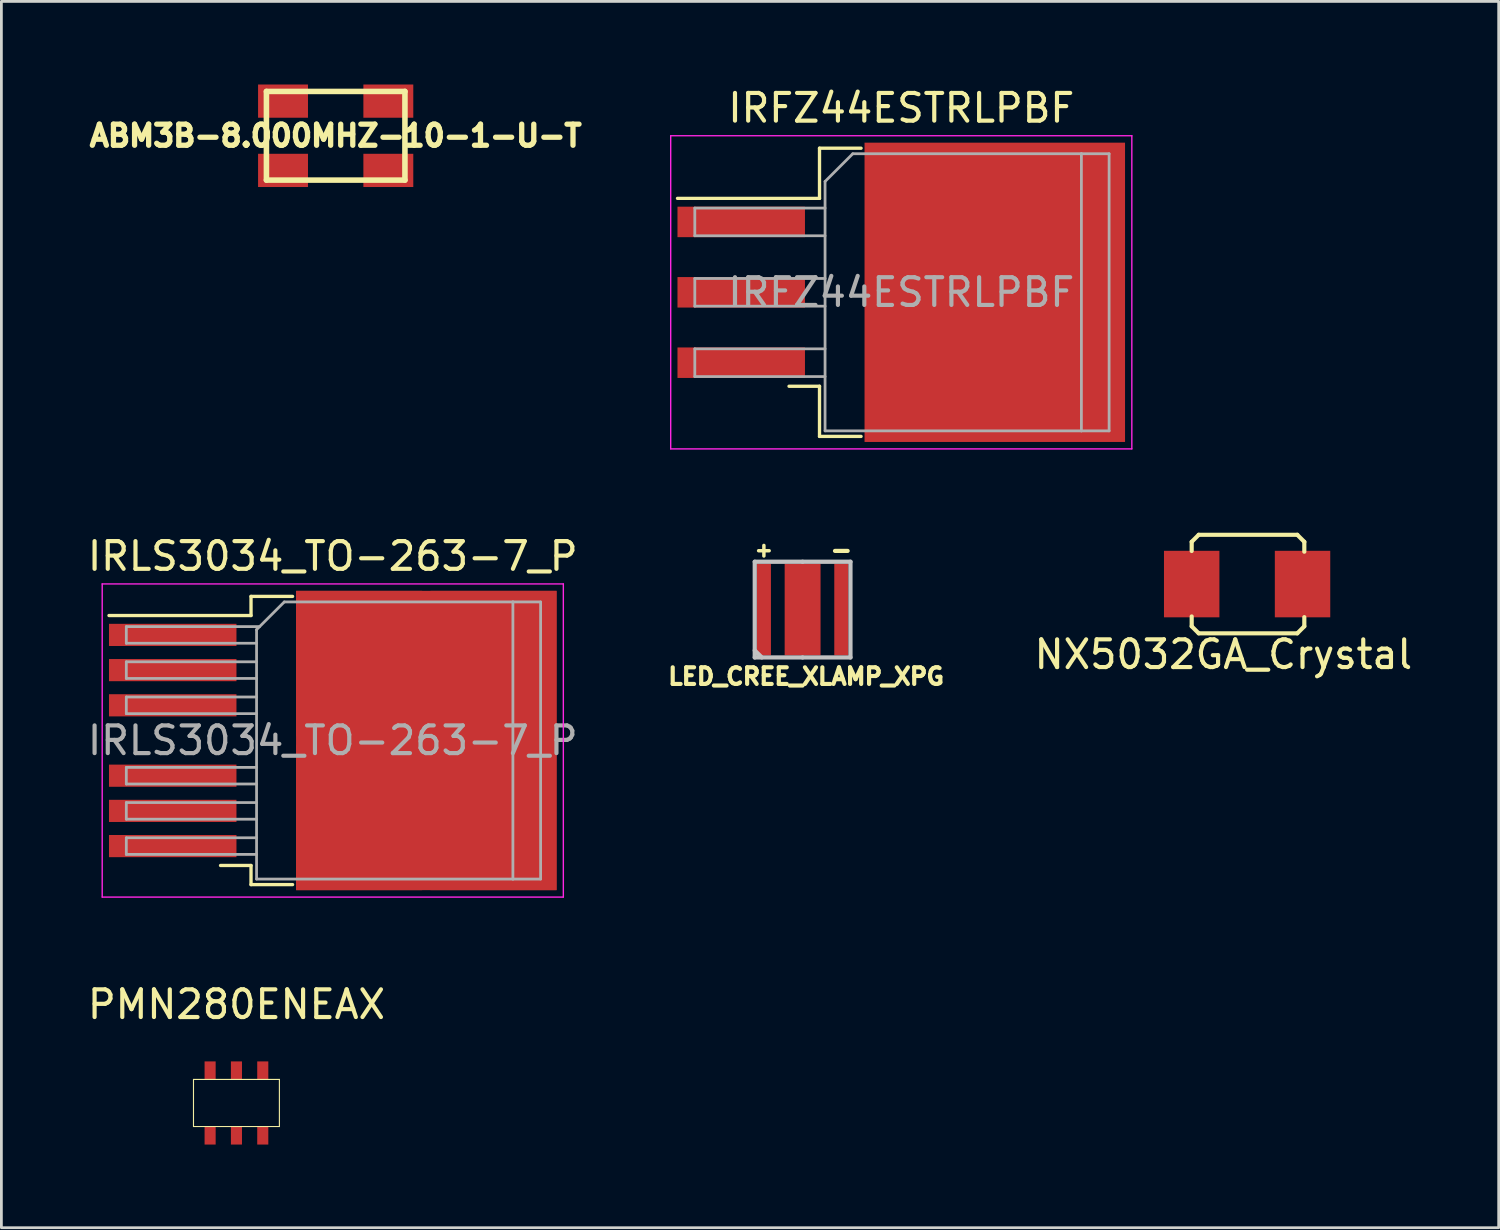
<source format=kicad_pcb>
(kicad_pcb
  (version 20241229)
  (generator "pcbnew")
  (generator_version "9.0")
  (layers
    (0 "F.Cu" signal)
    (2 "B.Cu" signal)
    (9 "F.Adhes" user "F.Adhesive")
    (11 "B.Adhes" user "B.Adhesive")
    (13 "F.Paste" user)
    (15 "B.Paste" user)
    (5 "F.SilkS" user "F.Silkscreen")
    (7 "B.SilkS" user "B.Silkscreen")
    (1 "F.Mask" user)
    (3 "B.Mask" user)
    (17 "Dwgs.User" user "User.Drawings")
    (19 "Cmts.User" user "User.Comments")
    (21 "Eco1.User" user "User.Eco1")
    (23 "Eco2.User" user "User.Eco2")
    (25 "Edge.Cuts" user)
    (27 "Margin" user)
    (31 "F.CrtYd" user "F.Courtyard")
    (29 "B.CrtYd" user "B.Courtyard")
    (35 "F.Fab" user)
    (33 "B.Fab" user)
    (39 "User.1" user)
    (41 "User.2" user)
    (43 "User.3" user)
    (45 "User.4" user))
  (footprint "IRLS3034_TO-263-7_P"
    (layer "F.Cu")
    (at 2.608 19.861)
    (property "Reference" "IRLS3034_TO-263-7_P" (at 6.35 -2.84 0) (layer "F.SilkS") (effects (font (size 1 1) (thickness 0.15))))
    (attr smd)
    (fp_line (start 3.4 -1.39) (end 3.4 -0.7) (stroke (width 0.12) (type solid)) (layer "F.SilkS"))
    (fp_line (start 3.4 -0.7) (end -1.725 -0.7) (stroke (width 0.12) (type solid)) (layer "F.SilkS"))
    (fp_line (start 3.4 8.32) (end 2.3 8.32) (stroke (width 0.12) (type solid)) (layer "F.SilkS"))
    (fp_line (start 3.4 9.01) (end 3.4 8.32) (stroke (width 0.12) (type solid)) (layer "F.SilkS"))
    (fp_line (start 4.9 -1.39) (end 3.4 -1.39) (stroke (width 0.12) (type solid)) (layer "F.SilkS"))
    (fp_line (start 4.9 9.01) (end 3.4 9.01) (stroke (width 0.12) (type solid)) (layer "F.SilkS"))
    (fp_line (start -1.97 -1.84) (end -1.97 9.46) (stroke (width 0.05) (type solid)) (layer "F.CrtYd"))
    (fp_line (start -1.97 9.46) (end 14.67 9.46) (stroke (width 0.05) (type solid)) (layer "F.CrtYd"))
    (fp_line (start 14.67 -1.84) (end -1.97 -1.84) (stroke (width 0.05) (type solid)) (layer "F.CrtYd"))
    (fp_line (start 14.67 9.46) (end 14.67 -1.84) (stroke (width 0.05) (type solid)) (layer "F.CrtYd"))
    (fp_line (start -1.1 -0.3) (end -1.1 0.3) (stroke (width 0.1) (type solid)) (layer "F.Fab"))
    (fp_line (start -1.1 0.3) (end 3.6 0.3) (stroke (width 0.1) (type solid)) (layer "F.Fab"))
    (fp_line (start -1.1 0.97) (end -1.1 1.57) (stroke (width 0.1) (type solid)) (layer "F.Fab"))
    (fp_line (start -1.1 1.57) (end 3.6 1.57) (stroke (width 0.1) (type solid)) (layer "F.Fab"))
    (fp_line (start -1.1 2.24) (end -1.1 2.84) (stroke (width 0.1) (type solid)) (layer "F.Fab"))
    (fp_line (start -1.1 2.84) (end 3.6 2.84) (stroke (width 0.1) (type solid)) (layer "F.Fab"))
    (fp_line (start -1.1 4.78) (end -1.1 5.38) (stroke (width 0.1) (type solid)) (layer "F.Fab"))
    (fp_line (start -1.1 5.38) (end 3.6 5.38) (stroke (width 0.1) (type solid)) (layer "F.Fab"))
    (fp_line (start -1.1 6.05) (end -1.1 6.65) (stroke (width 0.1) (type solid)) (layer "F.Fab"))
    (fp_line (start -1.1 6.65) (end 3.6 6.65) (stroke (width 0.1) (type solid)) (layer "F.Fab"))
    (fp_line (start -1.1 7.32) (end -1.1 7.92) (stroke (width 0.1) (type solid)) (layer "F.Fab"))
    (fp_line (start -1.1 7.92) (end 3.6 7.92) (stroke (width 0.1) (type solid)) (layer "F.Fab"))
    (fp_line (start 3.6 -0.19) (end 4.6 -1.19) (stroke (width 0.1) (type solid)) (layer "F.Fab"))
    (fp_line (start 3.6 0.97) (end -1.1 0.97) (stroke (width 0.1) (type solid)) (layer "F.Fab"))
    (fp_line (start 3.6 2.24) (end -1.1 2.24) (stroke (width 0.1) (type solid)) (layer "F.Fab"))
    (fp_line (start 3.6 4.78) (end -1.1 4.78) (stroke (width 0.1) (type solid)) (layer "F.Fab"))
    (fp_line (start 3.6 6.05) (end -1.1 6.05) (stroke (width 0.1) (type solid)) (layer "F.Fab"))
    (fp_line (start 3.6 7.32) (end -1.1 7.32) (stroke (width 0.1) (type solid)) (layer "F.Fab"))
    (fp_line (start 3.6 8.81) (end 3.6 -0.19) (stroke (width 0.1) (type solid)) (layer "F.Fab"))
    (fp_line (start 3.71 -0.3) (end -1.1 -0.3) (stroke (width 0.1) (type solid)) (layer "F.Fab"))
    (fp_line (start 4.6 -1.19) (end 12.85 -1.19) (stroke (width 0.1) (type solid)) (layer "F.Fab"))
    (fp_line (start 12.85 -1.19) (end 12.85 8.81) (stroke (width 0.1) (type solid)) (layer "F.Fab"))
    (fp_line (start 12.85 -1.19) (end 13.85 -1.19) (stroke (width 0.1) (type solid)) (layer "F.Fab"))
    (fp_line (start 12.85 8.81) (end 3.6 8.81) (stroke (width 0.1) (type solid)) (layer "F.Fab"))
    (fp_line (start 13.85 -1.19) (end 13.85 8.81) (stroke (width 0.1) (type solid)) (layer "F.Fab"))
    (fp_line (start 13.85 8.81) (end 12.85 8.81) (stroke (width 0.1) (type solid)) (layer "F.Fab"))
    (fp_text user "${REFERENCE}" (at 6.35 3.81 0) (layer "F.Fab") (effects (font (size 1 1) (thickness 0.15))))
    (pad "1" smd rect (at 0.575 0) (size 4.6 0.8) (layers "F.Cu" "F.Mask" "F.Paste"))
    (pad "2" smd rect (at 7.3 1.035) (size 4.55 5.25) (layers "F.Cu" "F.Paste"))
    (pad "2" smd rect (at 7.3 6.585) (size 4.55 5.25) (layers "F.Cu" "F.Paste"))
    (pad "2" smd rect (at 9.725 3.81) (size 9.4 10.8) (layers "F.Cu" "F.Mask"))
    (pad "2" smd rect (at 12.15 1.035) (size 4.55 5.25) (layers "F.Cu" "F.Paste"))
    (pad "2" smd rect (at 12.15 6.585) (size 4.55 5.25) (layers "F.Cu" "F.Paste"))
    (pad "3" smd rect (at 0.575 1.27) (size 4.6 0.8) (layers "F.Cu" "F.Mask" "F.Paste"))
    (pad "3" smd rect (at 0.575 2.54) (size 4.6 0.8) (layers "F.Cu" "F.Mask" "F.Paste"))
    (pad "3" smd rect (at 0.575 5.08) (size 4.6 0.8) (layers "F.Cu" "F.Mask" "F.Paste"))
    (pad "3" smd rect (at 0.575 6.35) (size 4.6 0.8) (layers "F.Cu" "F.Mask" "F.Paste"))
    (pad "3" smd rect (at 0.575 7.62) (size 4.6 0.8) (layers "F.Cu" "F.Mask" "F.Paste")))
  (footprint "IRFZ44ESTRLPBF"
    (layer "F.Cu")
    (at 29.472 7.498)
    (property "Reference" "IRFZ44ESTRLPBF" (at 0 -6.65 0) (layer "F.SilkS") (effects (font (size 1 1) (thickness 0.15))))
    (attr smd)
    (fp_line (start -2.95 -5.2) (end -2.95 -3.39) (stroke (width 0.12) (type solid)) (layer "F.SilkS"))
    (fp_line (start -2.95 -3.39) (end -8.075 -3.39) (stroke (width 0.12) (type solid)) (layer "F.SilkS"))
    (fp_line (start -2.95 3.39) (end -4.05 3.39) (stroke (width 0.12) (type solid)) (layer "F.SilkS"))
    (fp_line (start -2.95 5.2) (end -2.95 3.39) (stroke (width 0.12) (type solid)) (layer "F.SilkS"))
    (fp_line (start -1.45 -5.2) (end -2.95 -5.2) (stroke (width 0.12) (type solid)) (layer "F.SilkS"))
    (fp_line (start -1.45 5.2) (end -2.95 5.2) (stroke (width 0.12) (type solid)) (layer "F.SilkS"))
    (fp_line (start -8.32 -5.65) (end -8.32 5.65) (stroke (width 0.05) (type solid)) (layer "F.CrtYd"))
    (fp_line (start -8.32 5.65) (end 8.32 5.65) (stroke (width 0.05) (type solid)) (layer "F.CrtYd"))
    (fp_line (start 8.32 -5.65) (end -8.32 -5.65) (stroke (width 0.05) (type solid)) (layer "F.CrtYd"))
    (fp_line (start 8.32 5.65) (end 8.32 -5.65) (stroke (width 0.05) (type solid)) (layer "F.CrtYd"))
    (fp_line (start -7.45 -3.04) (end -7.45 -2.04) (stroke (width 0.1) (type solid)) (layer "F.Fab"))
    (fp_line (start -7.45 -2.04) (end -2.75 -2.04) (stroke (width 0.1) (type solid)) (layer "F.Fab"))
    (fp_line (start -7.45 -0.5) (end -7.45 0.5) (stroke (width 0.1) (type solid)) (layer "F.Fab"))
    (fp_line (start -7.45 0.5) (end -2.75 0.5) (stroke (width 0.1) (type solid)) (layer "F.Fab"))
    (fp_line (start -7.45 2.04) (end -7.45 3.04) (stroke (width 0.1) (type solid)) (layer "F.Fab"))
    (fp_line (start -7.45 3.04) (end -2.75 3.04) (stroke (width 0.1) (type solid)) (layer "F.Fab"))
    (fp_line (start -2.75 -4) (end -1.75 -5) (stroke (width 0.1) (type solid)) (layer "F.Fab"))
    (fp_line (start -2.75 -3.04) (end -7.45 -3.04) (stroke (width 0.1) (type solid)) (layer "F.Fab"))
    (fp_line (start -2.75 -0.5) (end -7.45 -0.5) (stroke (width 0.1) (type solid)) (layer "F.Fab"))
    (fp_line (start -2.75 2.04) (end -7.45 2.04) (stroke (width 0.1) (type solid)) (layer "F.Fab"))
    (fp_line (start -2.75 5) (end -2.75 -4) (stroke (width 0.1) (type solid)) (layer "F.Fab"))
    (fp_line (start -1.75 -5) (end 6.5 -5) (stroke (width 0.1) (type solid)) (layer "F.Fab"))
    (fp_line (start 6.5 -5) (end 6.5 5) (stroke (width 0.1) (type solid)) (layer "F.Fab"))
    (fp_line (start 6.5 -5) (end 7.5 -5) (stroke (width 0.1) (type solid)) (layer "F.Fab"))
    (fp_line (start 6.5 5) (end -2.75 5) (stroke (width 0.1) (type solid)) (layer "F.Fab"))
    (fp_line (start 7.5 -5) (end 7.5 5) (stroke (width 0.1) (type solid)) (layer "F.Fab"))
    (fp_line (start 7.5 5) (end 6.5 5) (stroke (width 0.1) (type solid)) (layer "F.Fab"))
    (fp_text user "${REFERENCE}" (at 0 0 0) (layer "F.Fab") (effects (font (size 1 1) (thickness 0.15))))
    (pad "" smd rect (at -5.775 0) (size 4.6 1.1) (layers "F.Cu" "F.Mask" "F.Paste"))
    (pad "1" smd rect (at 3.375 0) (size 9.4 10.8) (layers "F.Cu" "F.Mask" "F.Paste"))
    (pad "2" smd rect (at -5.775 -2.54) (size 4.6 1.1) (layers "F.Cu" "F.Mask" "F.Paste"))
    (pad "3" smd rect (at -5.775 2.54) (size 4.6 1.1) (layers "F.Cu" "F.Mask" "F.Paste")))
  (footprint "ABM3B-8.000MHZ-10-1-U-T"
    (layer "F.Cu")
    (at 9.063 1.849)
    (property "Reference" "ABM3B-8.000MHZ-10-1-U-T" (at 0 0 0) (layer "F.SilkS") (effects (font (size 0.762 0.762) (thickness 0.191))))
    (attr smd)
    (fp_line (start -2.499 -1.6) (end 2.499 -1.6) (stroke (width 0.201) (type solid)) (layer "F.SilkS"))
    (fp_line (start -2.499 1.6) (end -2.499 -1.6) (stroke (width 0.201) (type solid)) (layer "F.SilkS"))
    (fp_line (start 2.499 -1.6) (end 2.499 1.6) (stroke (width 0.201) (type solid)) (layer "F.SilkS"))
    (fp_line (start 2.499 1.6) (end -2.499 1.6) (stroke (width 0.201) (type solid)) (layer "F.SilkS"))
    (pad "1" smd rect (at -1.9 1.25) (size 1.801 1.199) (layers "F.Cu" "F.Mask" "F.Paste"))
    (pad "2" smd rect (at 1.9 1.25) (size 1.801 1.199) (layers "F.Cu" "F.Mask" "F.Paste"))
    (pad "3" smd rect (at 1.9 -1.25) (size 1.801 1.199) (layers "F.Cu" "F.Mask" "F.Paste"))
    (pad "4" smd rect (at -1.9 -1.25) (size 1.801 1.199) (layers "F.Cu" "F.Mask" "F.Paste")))
  (footprint "PMN280ENEAX"
    (layer "F.Cu")
    (at 5.482 36.751)
    (property "Reference" "PMN280ENEAX" (at 0 -3.556 0) (layer "F.SilkS") (effects (font (size 1 1) (thickness 0.15))))
    (attr through_hole)
    (fp_line (start -1.55 -0.85) (end 1.55 -0.85) (stroke (width 0.04) (type solid)) (layer "F.SilkS"))
    (fp_line (start -1.55 0.85) (end -1.55 -0.85) (stroke (width 0.04) (type solid)) (layer "F.SilkS"))
    (fp_line (start 1.55 -0.85) (end 1.55 0.85) (stroke (width 0.04) (type solid)) (layer "F.SilkS"))
    (fp_line (start 1.55 0.85) (end -1.55 0.85) (stroke (width 0.04) (type solid)) (layer "F.SilkS"))
    (pad "1" smd rect (at -0.95 1.175) (size 0.4 0.65) (layers "F.Cu" "F.Mask" "F.Paste"))
    (pad "2" smd rect (at 0 1.175) (size 0.4 0.65) (layers "F.Cu" "F.Mask" "F.Paste"))
    (pad "3" smd rect (at 0.95 1.175) (size 0.4 0.65) (layers "F.Cu" "F.Mask" "F.Paste"))
    (pad "4" smd rect (at 0.95 -1.175) (size 0.4 0.65) (layers "F.Cu" "F.Mask" "F.Paste"))
    (pad "5" smd rect (at 0 -1.175) (size 0.4 0.65) (layers "F.Cu" "F.Mask" "F.Paste"))
    (pad "6" smd rect (at -0.95 -1.175) (size 0.4 0.65) (layers "F.Cu" "F.Mask" "F.Paste")))
  (footprint "LED_CREE_XLAMP_XPG"
    (layer "F.Cu")
    (at 25.912 18.947)
    (property "Reference" "LED_CREE_XLAMP_XPG" (at 0.127 2.413 0) (layer "F.SilkS") (effects (font (size 0.6 0.6) (thickness 0.15))))
    (attr through_hole)
    (fp_line (start -1.727 1.473) (end -1.473 1.727) (stroke (width 0.152) (type solid)) (layer "Dwgs.User"))
    (fp_line (start -1.727 1.727) (end -1.727 -1.727) (stroke (width 0.152) (type solid)) (layer "Dwgs.User"))
    (fp_line (start 0 -1.727) (end -1.727 -1.727) (stroke (width 0.152) (type solid)) (layer "Dwgs.User"))
    (fp_line (start 0 -1.727) (end 1.727 -1.727) (stroke (width 0.152) (type solid)) (layer "Dwgs.User"))
    (fp_line (start 0 1.727) (end -1.727 1.727) (stroke (width 0.152) (type solid)) (layer "Dwgs.User"))
    (fp_line (start 0 1.727) (end 1.727 1.727) (stroke (width 0.152) (type solid)) (layer "Dwgs.User"))
    (fp_line (start 1.727 1.727) (end 1.727 -1.727) (stroke (width 0.152) (type solid)) (layer "Dwgs.User"))
    (fp_text user "+" (at -1.397 -2.159 0) (layer "F.SilkS") (effects (font (size 0.5 0.5) (thickness 0.125))))
    (fp_text user "-" (at 1.397 -2.159 0) (layer "F.SilkS") (effects (font (size 0.6 0.6) (thickness 0.15))))
    (pad "1" smd rect (at -1.397 0 90) (size 3.302 0.508) (layers "F.Cu" "F.Mask" "F.Paste"))
    (pad "2" smd rect (at 1.397 0 90) (size 3.302 0.508) (layers "F.Cu" "F.Mask" "F.Paste"))
    (pad "3" smd rect (at 0 0 90) (size 3.302 1.295) (layers "F.Cu" "F.Mask" "F.Paste")))
  (footprint "NX5032GA_Crystal"
    (layer "F.Cu")
    (at 41.984 18.026)
    (property "Reference" "NX5032GA_Crystal" (at -0.889 2.54 0) (layer "F.SilkS") (effects (font (size 1 1) (thickness 0.15))))
    (attr through_hole)
    (fp_line (start -2.032 -1.524) (end -1.778 -1.778) (stroke (width 0.15) (type solid)) (layer "F.SilkS"))
    (fp_line (start -2.032 -1.194) (end -2.032 -1.524) (stroke (width 0.15) (type solid)) (layer "F.SilkS"))
    (fp_line (start -2.032 1.524) (end -2.032 1.168) (stroke (width 0.15) (type solid)) (layer "F.SilkS"))
    (fp_line (start -1.778 -1.778) (end 1.778 -1.778) (stroke (width 0.15) (type solid)) (layer "F.SilkS"))
    (fp_line (start -1.778 1.778) (end -2.032 1.524) (stroke (width 0.15) (type solid)) (layer "F.SilkS"))
    (fp_line (start 1.778 -1.778) (end 2.032 -1.524) (stroke (width 0.15) (type solid)) (layer "F.SilkS"))
    (fp_line (start 1.778 1.778) (end -1.778 1.778) (stroke (width 0.15) (type solid)) (layer "F.SilkS"))
    (fp_line (start 2.032 -1.524) (end 2.032 -1.168) (stroke (width 0.15) (type solid)) (layer "F.SilkS"))
    (fp_line (start 2.032 1.194) (end 2.032 1.524) (stroke (width 0.15) (type solid)) (layer "F.SilkS"))
    (fp_line (start 2.032 1.524) (end 1.778 1.778) (stroke (width 0.15) (type solid)) (layer "F.SilkS"))
    (pad "1" smd rect (at -2.032 0) (size 2 2.4) (layers "F.Cu" "F.Mask" "F.Paste"))
    (pad "2" smd rect (at 1.968 0) (size 2 2.4) (layers "F.Cu" "F.Mask" "F.Paste")))
  (gr_rect
    (start -3 -3)
    (end 51.03 41.251)
    (stroke (width 0.1) (type default))
    (fill no)
    (layer "Edge.Cuts")))
</source>
